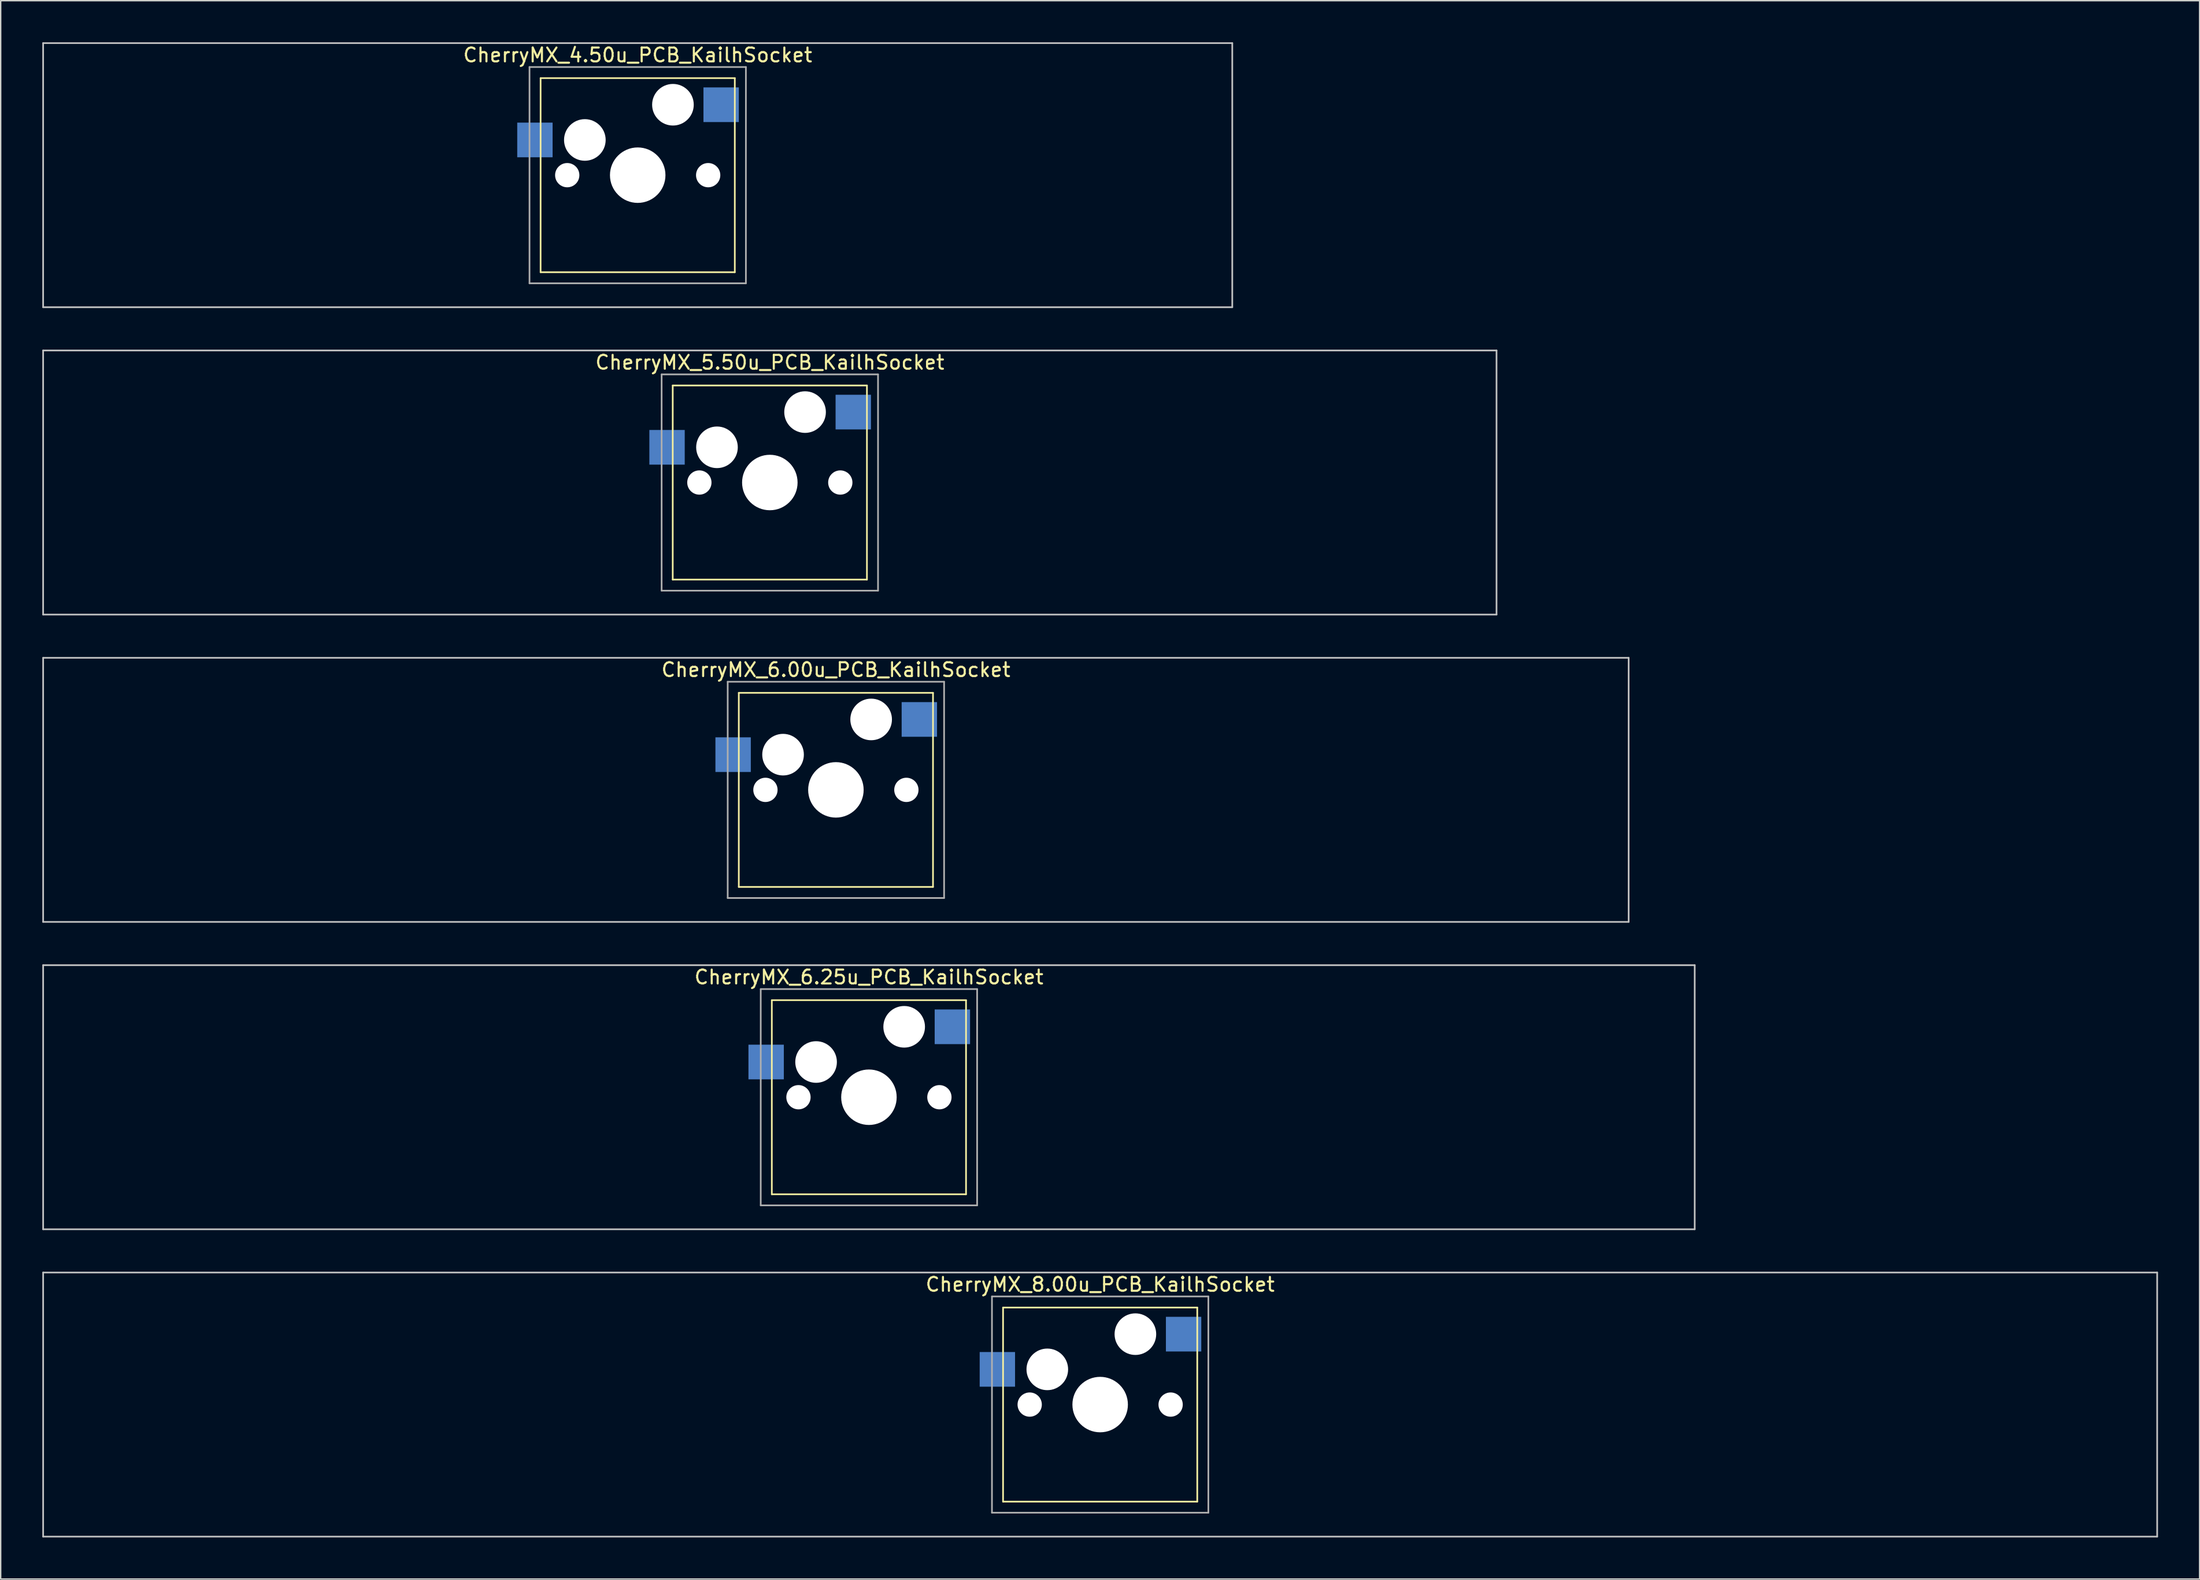
<source format=kicad_pcb>
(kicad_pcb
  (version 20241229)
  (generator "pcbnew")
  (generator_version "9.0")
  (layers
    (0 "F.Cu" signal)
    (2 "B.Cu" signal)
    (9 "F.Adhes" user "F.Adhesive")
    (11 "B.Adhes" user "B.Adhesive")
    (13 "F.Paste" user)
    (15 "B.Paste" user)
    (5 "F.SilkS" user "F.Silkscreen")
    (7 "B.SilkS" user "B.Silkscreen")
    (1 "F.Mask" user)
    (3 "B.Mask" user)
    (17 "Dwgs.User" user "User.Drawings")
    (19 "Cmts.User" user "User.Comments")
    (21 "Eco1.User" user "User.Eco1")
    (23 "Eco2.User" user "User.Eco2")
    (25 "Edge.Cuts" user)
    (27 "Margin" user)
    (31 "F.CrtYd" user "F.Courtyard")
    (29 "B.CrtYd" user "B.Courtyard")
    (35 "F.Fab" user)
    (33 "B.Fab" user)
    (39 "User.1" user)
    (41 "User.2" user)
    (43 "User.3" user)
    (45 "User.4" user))
  (footprint "CherryMX_6.00u_PCB_KailhSocket"
    (layer "F.Cu")
    (at 59.75 48.845)
    (property "Reference" "CherryMX_6.00u_PCB_KailhSocket" (at -2.54 -3.583 0) (layer "F.SilkS") (effects (font (size 1 1) (thickness 0.15))))
    (attr through_hole)
    (fp_line (start -9.54 -1.92) (end -9.54 12.08) (stroke (width 0.12) (type solid)) (layer "F.SilkS"))
    (fp_line (start -9.54 -1.92) (end 4.46 -1.92) (stroke (width 0.12) (type solid)) (layer "F.SilkS"))
    (fp_line (start 4.46 -1.92) (end 4.46 12.08) (stroke (width 0.12) (type solid)) (layer "F.SilkS"))
    (fp_line (start 4.46 12.08) (end -9.54 12.08) (stroke (width 0.12) (type solid)) (layer "F.SilkS"))
    (fp_line (start -59.69 -4.445) (end 54.61 -4.445) (stroke (width 0.12) (type solid)) (layer "Dwgs.User"))
    (fp_line (start -59.69 14.605) (end -59.69 -4.445) (stroke (width 0.12) (type solid)) (layer "Dwgs.User"))
    (fp_line (start 54.61 -4.445) (end 54.61 14.605) (stroke (width 0.12) (type solid)) (layer "Dwgs.User"))
    (fp_line (start 54.61 14.605) (end -59.69 14.605) (stroke (width 0.12) (type solid)) (layer "Dwgs.User"))
    (fp_line (start -10.34 -2.72) (end -10.34 12.88) (stroke (width 0.12) (type solid)) (layer "F.Fab"))
    (fp_line (start -10.34 -2.72) (end 5.26 -2.72) (stroke (width 0.12) (type solid)) (layer "F.Fab"))
    (fp_line (start -10.34 12.88) (end 5.26 12.88) (stroke (width 0.12) (type solid)) (layer "F.Fab"))
    (fp_line (start 5.26 -2.72) (end 5.26 12.88) (stroke (width 0.12) (type solid)) (layer "F.Fab"))
    (pad "" np_thru_hole circle (at -7.62 5.08) (size 1.75 1.75) (drill 1.75) (layers "*.Cu" "*.Mask"))
    (pad "" np_thru_hole circle (at -6.35 2.54) (size 3 3) (drill 3) (layers "*.Cu" "*.Mask"))
    (pad "" np_thru_hole circle (at -2.54 5.08) (size 4 4) (drill 4) (layers "*.Cu" "*.Mask"))
    (pad "" np_thru_hole circle (at 0 0) (size 3 3) (drill 3) (layers "*.Cu" "*.Mask"))
    (pad "" np_thru_hole circle (at 2.54 5.08) (size 1.75 1.75) (drill 1.75) (layers "*.Cu" "*.Mask"))
    (pad "1" smd rect (at -9.95 2.54) (size 2.55 2.5) (layers "B.Cu" "B.Mask" "B.Paste"))
    (pad "2" smd rect (at 3.475 0) (size 2.55 2.5) (layers "B.Cu" "B.Mask" "B.Paste")))
  (footprint "CherryMX_4.50u_PCB_KailhSocket"
    (layer "F.Cu")
    (at 45.462 4.505)
    (property "Reference" "CherryMX_4.50u_PCB_KailhSocket" (at -2.54 -3.583 0) (layer "F.SilkS") (effects (font (size 1 1) (thickness 0.15))))
    (attr through_hole)
    (fp_line (start -9.54 -1.92) (end -9.54 12.08) (stroke (width 0.12) (type solid)) (layer "F.SilkS"))
    (fp_line (start -9.54 -1.92) (end 4.46 -1.92) (stroke (width 0.12) (type solid)) (layer "F.SilkS"))
    (fp_line (start 4.46 -1.92) (end 4.46 12.08) (stroke (width 0.12) (type solid)) (layer "F.SilkS"))
    (fp_line (start 4.46 12.08) (end -9.54 12.08) (stroke (width 0.12) (type solid)) (layer "F.SilkS"))
    (fp_line (start -45.403 -4.445) (end 40.322 -4.445) (stroke (width 0.12) (type solid)) (layer "Dwgs.User"))
    (fp_line (start -45.403 14.605) (end -45.403 -4.445) (stroke (width 0.12) (type solid)) (layer "Dwgs.User"))
    (fp_line (start 40.322 -4.445) (end 40.322 14.605) (stroke (width 0.12) (type solid)) (layer "Dwgs.User"))
    (fp_line (start 40.322 14.605) (end -45.403 14.605) (stroke (width 0.12) (type solid)) (layer "Dwgs.User"))
    (fp_line (start -10.34 -2.72) (end -10.34 12.88) (stroke (width 0.12) (type solid)) (layer "F.Fab"))
    (fp_line (start -10.34 -2.72) (end 5.26 -2.72) (stroke (width 0.12) (type solid)) (layer "F.Fab"))
    (fp_line (start -10.34 12.88) (end 5.26 12.88) (stroke (width 0.12) (type solid)) (layer "F.Fab"))
    (fp_line (start 5.26 -2.72) (end 5.26 12.88) (stroke (width 0.12) (type solid)) (layer "F.Fab"))
    (pad "" np_thru_hole circle (at -7.62 5.08) (size 1.75 1.75) (drill 1.75) (layers "*.Cu" "*.Mask"))
    (pad "" np_thru_hole circle (at -6.35 2.54) (size 3 3) (drill 3) (layers "*.Cu" "*.Mask"))
    (pad "" np_thru_hole circle (at -2.54 5.08) (size 4 4) (drill 4) (layers "*.Cu" "*.Mask"))
    (pad "" np_thru_hole circle (at 0 0) (size 3 3) (drill 3) (layers "*.Cu" "*.Mask"))
    (pad "" np_thru_hole circle (at 2.54 5.08) (size 1.75 1.75) (drill 1.75) (layers "*.Cu" "*.Mask"))
    (pad "1" smd rect (at -9.95 2.54) (size 2.55 2.5) (layers "B.Cu" "B.Mask" "B.Paste"))
    (pad "2" smd rect (at 3.475 0) (size 2.55 2.5) (layers "B.Cu" "B.Mask" "B.Paste")))
  (footprint "CherryMX_8.00u_PCB_KailhSocket"
    (layer "F.Cu")
    (at 78.8 93.185)
    (property "Reference" "CherryMX_8.00u_PCB_KailhSocket" (at -2.54 -3.583 0) (layer "F.SilkS") (effects (font (size 1 1) (thickness 0.15))))
    (attr through_hole)
    (fp_line (start -9.54 -1.92) (end -9.54 12.08) (stroke (width 0.12) (type solid)) (layer "F.SilkS"))
    (fp_line (start -9.54 -1.92) (end 4.46 -1.92) (stroke (width 0.12) (type solid)) (layer "F.SilkS"))
    (fp_line (start 4.46 -1.92) (end 4.46 12.08) (stroke (width 0.12) (type solid)) (layer "F.SilkS"))
    (fp_line (start 4.46 12.08) (end -9.54 12.08) (stroke (width 0.12) (type solid)) (layer "F.SilkS"))
    (fp_line (start -78.74 -4.445) (end 73.66 -4.445) (stroke (width 0.12) (type solid)) (layer "Dwgs.User"))
    (fp_line (start -78.74 14.605) (end -78.74 -4.445) (stroke (width 0.12) (type solid)) (layer "Dwgs.User"))
    (fp_line (start 73.66 -4.445) (end 73.66 14.605) (stroke (width 0.12) (type solid)) (layer "Dwgs.User"))
    (fp_line (start 73.66 14.605) (end -78.74 14.605) (stroke (width 0.12) (type solid)) (layer "Dwgs.User"))
    (fp_line (start -10.34 -2.72) (end -10.34 12.88) (stroke (width 0.12) (type solid)) (layer "F.Fab"))
    (fp_line (start -10.34 -2.72) (end 5.26 -2.72) (stroke (width 0.12) (type solid)) (layer "F.Fab"))
    (fp_line (start -10.34 12.88) (end 5.26 12.88) (stroke (width 0.12) (type solid)) (layer "F.Fab"))
    (fp_line (start 5.26 -2.72) (end 5.26 12.88) (stroke (width 0.12) (type solid)) (layer "F.Fab"))
    (pad "" np_thru_hole circle (at -7.62 5.08) (size 1.75 1.75) (drill 1.75) (layers "*.Cu" "*.Mask"))
    (pad "" np_thru_hole circle (at -6.35 2.54) (size 3 3) (drill 3) (layers "*.Cu" "*.Mask"))
    (pad "" np_thru_hole circle (at -2.54 5.08) (size 4 4) (drill 4) (layers "*.Cu" "*.Mask"))
    (pad "" np_thru_hole circle (at 0 0) (size 3 3) (drill 3) (layers "*.Cu" "*.Mask"))
    (pad "" np_thru_hole circle (at 2.54 5.08) (size 1.75 1.75) (drill 1.75) (layers "*.Cu" "*.Mask"))
    (pad "1" smd rect (at -9.95 2.54) (size 2.55 2.5) (layers "B.Cu" "B.Mask" "B.Paste"))
    (pad "2" smd rect (at 3.475 0) (size 2.55 2.5) (layers "B.Cu" "B.Mask" "B.Paste")))
  (footprint "CherryMX_5.50u_PCB_KailhSocket"
    (layer "F.Cu")
    (at 54.987 26.675)
    (property "Reference" "CherryMX_5.50u_PCB_KailhSocket" (at -2.54 -3.583 0) (layer "F.SilkS") (effects (font (size 1 1) (thickness 0.15))))
    (attr through_hole)
    (fp_line (start -9.54 -1.92) (end -9.54 12.08) (stroke (width 0.12) (type solid)) (layer "F.SilkS"))
    (fp_line (start -9.54 -1.92) (end 4.46 -1.92) (stroke (width 0.12) (type solid)) (layer "F.SilkS"))
    (fp_line (start 4.46 -1.92) (end 4.46 12.08) (stroke (width 0.12) (type solid)) (layer "F.SilkS"))
    (fp_line (start 4.46 12.08) (end -9.54 12.08) (stroke (width 0.12) (type solid)) (layer "F.SilkS"))
    (fp_line (start -54.928 -4.445) (end 49.847 -4.445) (stroke (width 0.12) (type solid)) (layer "Dwgs.User"))
    (fp_line (start -54.928 14.605) (end -54.928 -4.445) (stroke (width 0.12) (type solid)) (layer "Dwgs.User"))
    (fp_line (start 49.847 -4.445) (end 49.847 14.605) (stroke (width 0.12) (type solid)) (layer "Dwgs.User"))
    (fp_line (start 49.847 14.605) (end -54.928 14.605) (stroke (width 0.12) (type solid)) (layer "Dwgs.User"))
    (fp_line (start -10.34 -2.72) (end -10.34 12.88) (stroke (width 0.12) (type solid)) (layer "F.Fab"))
    (fp_line (start -10.34 -2.72) (end 5.26 -2.72) (stroke (width 0.12) (type solid)) (layer "F.Fab"))
    (fp_line (start -10.34 12.88) (end 5.26 12.88) (stroke (width 0.12) (type solid)) (layer "F.Fab"))
    (fp_line (start 5.26 -2.72) (end 5.26 12.88) (stroke (width 0.12) (type solid)) (layer "F.Fab"))
    (pad "" np_thru_hole circle (at -7.62 5.08) (size 1.75 1.75) (drill 1.75) (layers "*.Cu" "*.Mask"))
    (pad "" np_thru_hole circle (at -6.35 2.54) (size 3 3) (drill 3) (layers "*.Cu" "*.Mask"))
    (pad "" np_thru_hole circle (at -2.54 5.08) (size 4 4) (drill 4) (layers "*.Cu" "*.Mask"))
    (pad "" np_thru_hole circle (at 0 0) (size 3 3) (drill 3) (layers "*.Cu" "*.Mask"))
    (pad "" np_thru_hole circle (at 2.54 5.08) (size 1.75 1.75) (drill 1.75) (layers "*.Cu" "*.Mask"))
    (pad "1" smd rect (at -9.95 2.54) (size 2.55 2.5) (layers "B.Cu" "B.Mask" "B.Paste"))
    (pad "2" smd rect (at 3.475 0) (size 2.55 2.5) (layers "B.Cu" "B.Mask" "B.Paste")))
  (footprint "CherryMX_6.25u_PCB_KailhSocket"
    (layer "F.Cu")
    (at 62.131 71.015)
    (property "Reference" "CherryMX_6.25u_PCB_KailhSocket" (at -2.54 -3.583 0) (layer "F.SilkS") (effects (font (size 1 1) (thickness 0.15))))
    (attr through_hole)
    (fp_line (start -9.54 -1.92) (end -9.54 12.08) (stroke (width 0.12) (type solid)) (layer "F.SilkS"))
    (fp_line (start -9.54 -1.92) (end 4.46 -1.92) (stroke (width 0.12) (type solid)) (layer "F.SilkS"))
    (fp_line (start 4.46 -1.92) (end 4.46 12.08) (stroke (width 0.12) (type solid)) (layer "F.SilkS"))
    (fp_line (start 4.46 12.08) (end -9.54 12.08) (stroke (width 0.12) (type solid)) (layer "F.SilkS"))
    (fp_line (start -62.071 -4.445) (end 56.991 -4.445) (stroke (width 0.12) (type solid)) (layer "Dwgs.User"))
    (fp_line (start -62.071 14.605) (end -62.071 -4.445) (stroke (width 0.12) (type solid)) (layer "Dwgs.User"))
    (fp_line (start 56.991 -4.445) (end 56.991 14.605) (stroke (width 0.12) (type solid)) (layer "Dwgs.User"))
    (fp_line (start 56.991 14.605) (end -62.071 14.605) (stroke (width 0.12) (type solid)) (layer "Dwgs.User"))
    (fp_line (start -10.34 -2.72) (end -10.34 12.88) (stroke (width 0.12) (type solid)) (layer "F.Fab"))
    (fp_line (start -10.34 -2.72) (end 5.26 -2.72) (stroke (width 0.12) (type solid)) (layer "F.Fab"))
    (fp_line (start -10.34 12.88) (end 5.26 12.88) (stroke (width 0.12) (type solid)) (layer "F.Fab"))
    (fp_line (start 5.26 -2.72) (end 5.26 12.88) (stroke (width 0.12) (type solid)) (layer "F.Fab"))
    (pad "" np_thru_hole circle (at -7.62 5.08) (size 1.75 1.75) (drill 1.75) (layers "*.Cu" "*.Mask"))
    (pad "" np_thru_hole circle (at -6.35 2.54) (size 3 3) (drill 3) (layers "*.Cu" "*.Mask"))
    (pad "" np_thru_hole circle (at -2.54 5.08) (size 4 4) (drill 4) (layers "*.Cu" "*.Mask"))
    (pad "" np_thru_hole circle (at 0 0) (size 3 3) (drill 3) (layers "*.Cu" "*.Mask"))
    (pad "" np_thru_hole circle (at 2.54 5.08) (size 1.75 1.75) (drill 1.75) (layers "*.Cu" "*.Mask"))
    (pad "1" smd rect (at 3.475 0) (size 2.55 2.5) (layers "B.Cu" "B.Mask" "B.Paste"))
    (pad "2" smd rect (at -9.95 2.54) (size 2.55 2.5) (layers "B.Cu" "B.Mask" "B.Paste")))
  (gr_rect
    (start -3 -3)
    (end 155.52 110.85)
    (stroke (width 0.1) (type default))
    (fill no)
    (layer "Edge.Cuts")))
</source>
